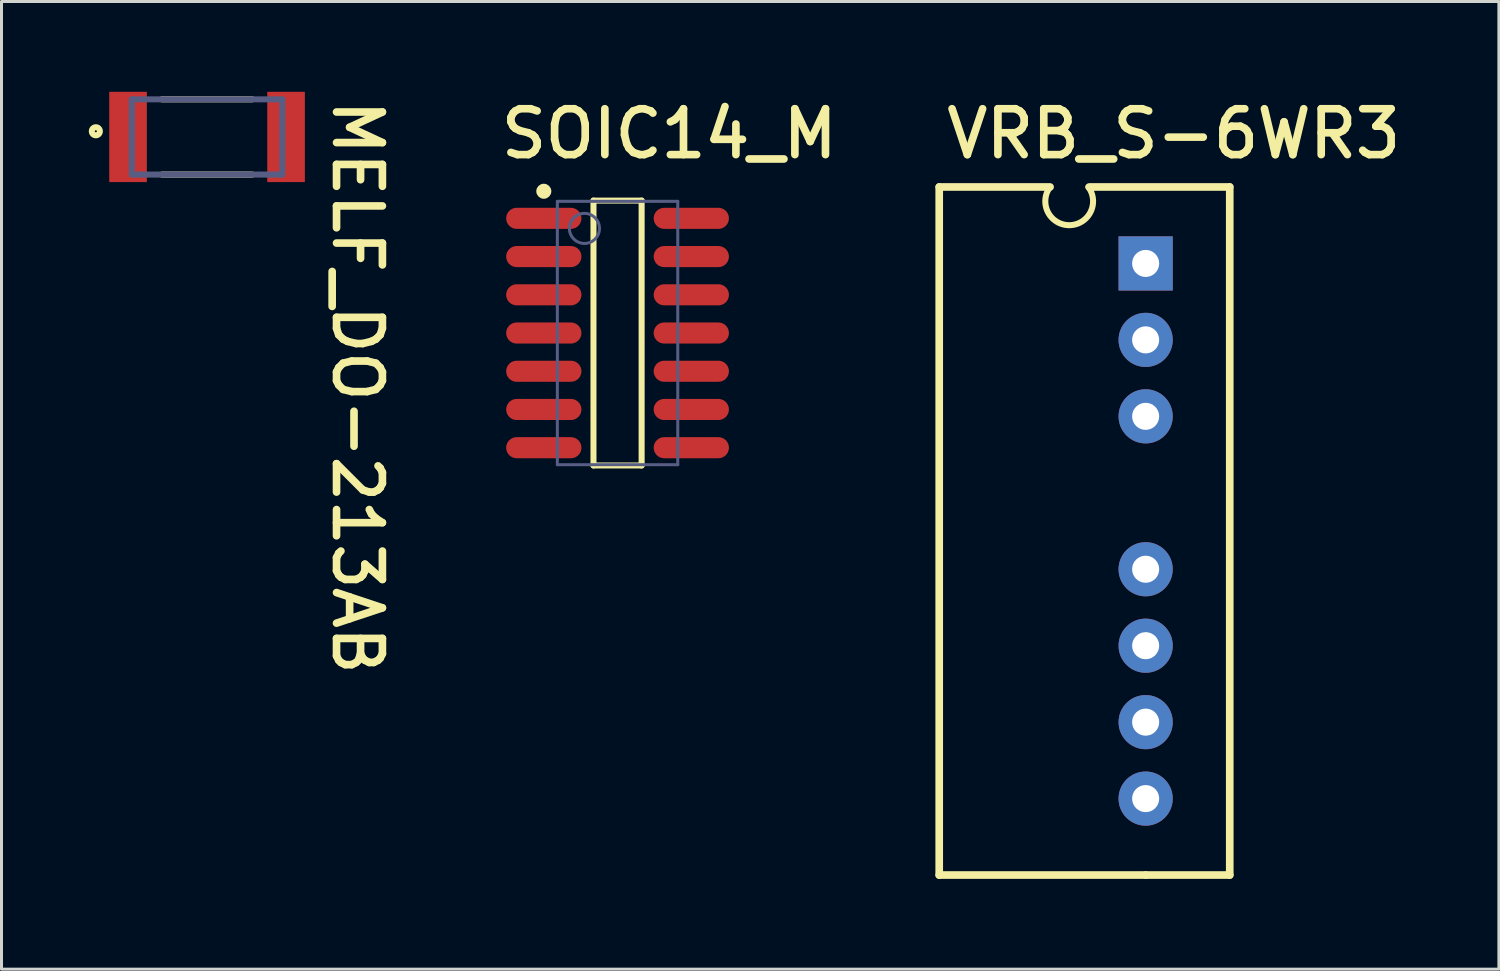
<source format=kicad_pcb>
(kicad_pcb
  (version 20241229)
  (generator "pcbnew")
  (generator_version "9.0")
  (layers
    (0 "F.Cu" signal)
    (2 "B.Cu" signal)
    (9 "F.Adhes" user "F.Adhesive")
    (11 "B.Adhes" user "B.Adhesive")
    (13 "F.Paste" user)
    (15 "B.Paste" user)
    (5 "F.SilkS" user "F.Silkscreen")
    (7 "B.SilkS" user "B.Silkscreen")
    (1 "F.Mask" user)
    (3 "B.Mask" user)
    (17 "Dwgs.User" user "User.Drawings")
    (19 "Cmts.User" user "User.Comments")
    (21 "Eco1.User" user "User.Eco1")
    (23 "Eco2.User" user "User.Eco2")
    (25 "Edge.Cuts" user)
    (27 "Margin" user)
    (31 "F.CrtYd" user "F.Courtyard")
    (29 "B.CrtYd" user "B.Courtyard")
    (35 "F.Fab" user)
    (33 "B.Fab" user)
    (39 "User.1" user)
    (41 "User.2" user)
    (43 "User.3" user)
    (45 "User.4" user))
  (footprint "SOIC14_M"
    (layer "F.Cu")
    (at 17.467 8.014)
    (property "Reference" "SOIC14_M" (at -4 -5.728 0) (unlocked yes) (layer "F.SilkS") (effects (font (size 1.524 1.524) (thickness 0.254)) (justify left bottom)))
    (fp_line (start -0.8 -4.4) (end 0.8 -4.4) (stroke (width 0.2) (type solid)) (layer "F.SilkS"))
    (fp_line (start -0.8 4.4) (end -0.8 -4.4) (stroke (width 0.2) (type solid)) (layer "F.SilkS"))
    (fp_line (start -0.8 4.4) (end 0.8 4.4) (stroke (width 0.2) (type solid)) (layer "F.SilkS"))
    (fp_line (start 0.8 4.4) (end 0.8 -4.4) (stroke (width 0.2) (type solid)) (layer "F.SilkS"))
    (fp_circle (center -2.45 -4.71) (end -2.45 -4.835) (stroke (width 0.25) (type solid)) (fill no) (layer "F.SilkS"))
    (fp_line (start -4.2 -4.9) (end 4.2 -4.9) (stroke (width 0.1) (type solid)) (layer "Eco1.User"))
    (fp_line (start -4.2 4.9) (end -4.2 -4.9) (stroke (width 0.1) (type solid)) (layer "Eco1.User"))
    (fp_line (start -4.2 4.9) (end 4.2 4.9) (stroke (width 0.1) (type solid)) (layer "Eco1.User"))
    (fp_line (start -0.5 0) (end 0.5 0) (stroke (width 0.1) (type solid)) (layer "Eco1.User"))
    (fp_line (start 0 0.5) (end 0 -0.5) (stroke (width 0.1) (type solid)) (layer "Eco1.User"))
    (fp_line (start 4.2 4.9) (end 4.2 -4.9) (stroke (width 0.1) (type solid)) (layer "Eco1.User"))
    (fp_line (start -2 -4.375) (end 2 -4.375) (stroke (width 0.1) (type solid)) (layer "B.Fab"))
    (fp_line (start -2 4.375) (end -2 -4.375) (stroke (width 0.1) (type solid)) (layer "B.Fab"))
    (fp_line (start -2 4.375) (end 2 4.375) (stroke (width 0.1) (type solid)) (layer "B.Fab"))
    (fp_line (start 2 4.375) (end 2 -4.375) (stroke (width 0.1) (type solid)) (layer "B.Fab"))
    (fp_circle (center -1.1 -3.475) (end -1.1 -3.975) (stroke (width 0.1) (type solid)) (fill no) (layer "B.Fab"))
    (pad "1" smd oval (at -2.45 -3.81 90) (size 0.7 2.5) (layers "F.Cu" "F.Mask" "F.Paste"))
    (pad "2" smd oval (at -2.45 -2.54 90) (size 0.7 2.5) (layers "F.Cu" "F.Mask" "F.Paste"))
    (pad "3" smd oval (at -2.45 -1.27 90) (size 0.7 2.5) (layers "F.Cu" "F.Mask" "F.Paste"))
    (pad "4" smd oval (at -2.45 0 90) (size 0.7 2.5) (layers "F.Cu" "F.Mask" "F.Paste"))
    (pad "5" smd oval (at -2.45 1.27 90) (size 0.7 2.5) (layers "F.Cu" "F.Mask" "F.Paste"))
    (pad "6" smd oval (at -2.45 2.54 90) (size 0.7 2.5) (layers "F.Cu" "F.Mask" "F.Paste"))
    (pad "7" smd oval (at -2.45 3.81 90) (size 0.7 2.5) (layers "F.Cu" "F.Mask" "F.Paste"))
    (pad "8" smd oval (at 2.45 3.81 90) (size 0.7 2.5) (layers "F.Cu" "F.Mask" "F.Paste"))
    (pad "9" smd oval (at 2.45 2.54 90) (size 0.7 2.5) (layers "F.Cu" "F.Mask" "F.Paste"))
    (pad "10" smd oval (at 2.45 1.27 90) (size 0.7 2.5) (layers "F.Cu" "F.Mask" "F.Paste"))
    (pad "11" smd oval (at 2.45 0 90) (size 0.7 2.5) (layers "F.Cu" "F.Mask" "F.Paste"))
    (pad "12" smd oval (at 2.45 -1.27 90) (size 0.7 2.5) (layers "F.Cu" "F.Mask" "F.Paste"))
    (pad "13" smd oval (at 2.45 -2.54 90) (size 0.7 2.5) (layers "F.Cu" "F.Mask" "F.Paste"))
    (pad "14" smd oval (at 2.45 -3.81 90) (size 0.7 2.5) (layers "F.Cu" "F.Mask" "F.Paste")))
  (footprint "VRB_S-6WR3"
    (layer "F.Cu")
    (at 35.012 5.702)
    (property "Reference" "VRB_S-6WR3" (at -6.744 -3.416 0) (unlocked yes) (layer "F.SilkS") (effects (font (size 1.524 1.524) (thickness 0.254)) (justify left bottom)))
    (fp_line (start -6.858 -2.54) (end -3.175 -2.54) (stroke (width 0.254) (type solid)) (layer "F.SilkS"))
    (fp_line (start -6.858 20.32) (end -6.858 -2.54) (stroke (width 0.254) (type solid)) (layer "F.SilkS"))
    (fp_line (start -6.858 20.32) (end 0 20.32) (stroke (width 0.254) (type solid)) (layer "F.SilkS"))
    (fp_line (start -1.873 -2.54) (end 2.794 -2.54) (stroke (width 0.254) (type solid)) (layer "F.SilkS"))
    (fp_line (start 0 20.32) (end 2.794 20.32) (stroke (width 0.254) (type solid)) (layer "F.SilkS"))
    (fp_line (start 2.794 20.32) (end 2.794 -2.54) (stroke (width 0.254) (type solid)) (layer "F.SilkS"))
    (fp_arc (start -1.905 -2.54) (mid -2.54 -1.27) (end -3.175 -2.54) (stroke (width 0.2) (type solid)) (layer "F.SilkS"))
    (pad "1" thru_hole rect (at 0 0) (size 1.8 1.8) (drill 0.9) (layers "*.Cu" "*.Mask"))
    (pad "2" thru_hole circle (at 0 2.54) (size 1.8 1.8) (drill 0.9) (layers "*.Cu" "*.Mask"))
    (pad "3" thru_hole circle (at 0 5.08) (size 1.8 1.8) (drill 0.9) (layers "*.Cu" "*.Mask"))
    (pad "5" thru_hole circle (at 0 10.16) (size 1.8 1.8) (drill 0.9) (layers "*.Cu" "*.Mask"))
    (pad "6" thru_hole circle (at 0 12.7) (size 1.8 1.8) (drill 0.9) (layers "*.Cu" "*.Mask"))
    (pad "7" thru_hole circle (at 0 15.24) (size 1.8 1.8) (drill 0.9) (layers "*.Cu" "*.Mask"))
    (pad "8" thru_hole circle (at 0 17.78) (size 1.8 1.8) (drill 0.9) (layers "*.Cu" "*.Mask")))
  (footprint "MELF_DO-213AB"
    (layer "F.Cu")
    (at 3.829 1.5)
    (property "Reference" "MELF_DO-213AB" (at 4.102 -1.359 270) (unlocked yes) (layer "F.SilkS") (effects (font (size 1.524 1.524) (thickness 0.254)) (justify left bottom)))
    (fp_line (start -1.5 -1.25) (end 1.5 -1.25) (stroke (width 0.2) (type solid)) (layer "F.SilkS"))
    (fp_line (start -1.5 1.25) (end 1.5 1.25) (stroke (width 0.2) (type solid)) (layer "F.SilkS"))
    (fp_circle (center -3.695 -0.189) (end -3.661 -0.189) (stroke (width 0.2) (type solid)) (fill no) (layer "F.SilkS"))
    (fp_line (start -2.5 -1.25) (end -2.5 1.25) (stroke (width 0.2) (type solid)) (layer "B.Fab"))
    (fp_line (start -2.5 -1.25) (end 2.5 -1.25) (stroke (width 0.2) (type solid)) (layer "B.Fab"))
    (fp_line (start -2.5 1.25) (end 2.5 1.25) (stroke (width 0.2) (type solid)) (layer "B.Fab"))
    (fp_line (start 2.5 -1.25) (end 2.5 1.25) (stroke (width 0.2) (type solid)) (layer "B.Fab"))
    (pad "1" smd rect (at -2.625 0 90) (size 3 1.25) (layers "F.Cu" "F.Mask" "F.Paste"))
    (pad "2" smd rect (at 2.625 0 90) (size 3 1.25) (layers "F.Cu" "F.Mask" "F.Paste")))
  (gr_rect
    (start -3 -3)
    (end 46.748 29.149)
    (stroke (width 0.1) (type default))
    (fill no)
    (layer "Edge.Cuts")))
</source>
